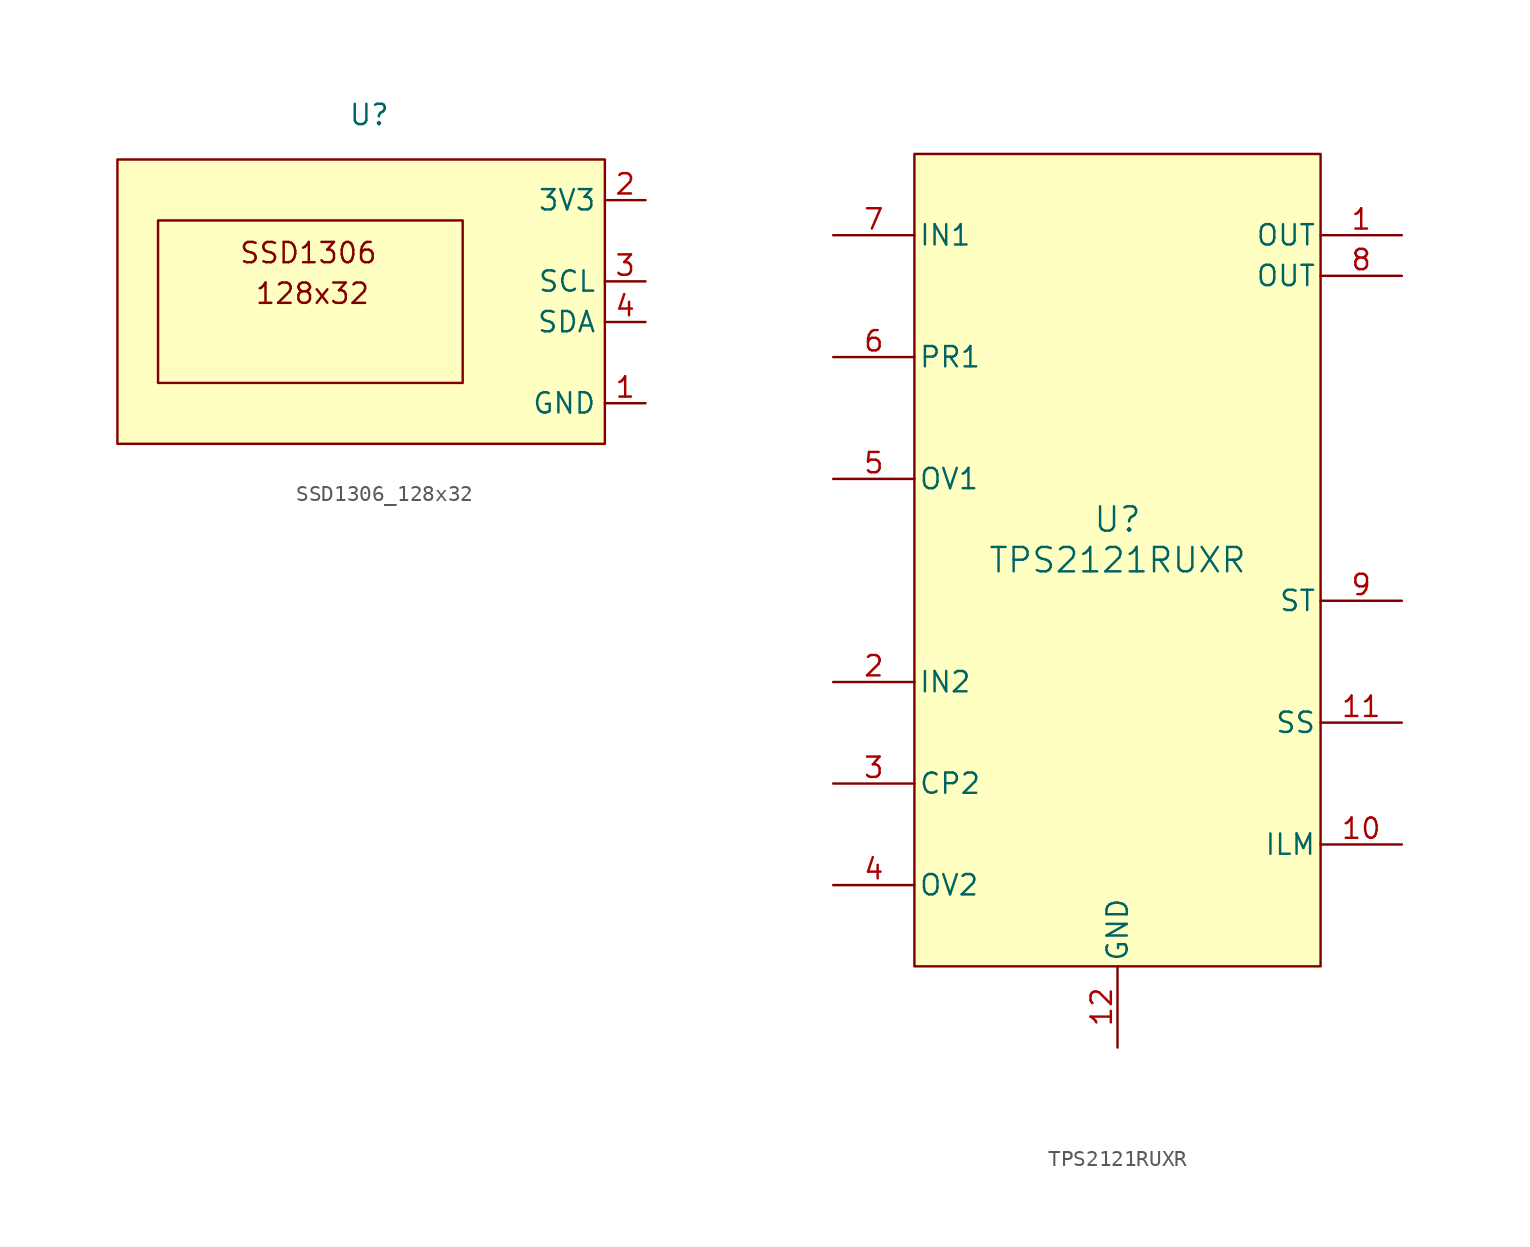
<source format=kicad_sym>
(kicad_symbol_lib
  (version 20241209)
  (generator "kicad_symbol_editor")
  (generator_version "9.0")
  (symbol "SSD1306_128x32"
    (property "Reference" "U"
      (at 0.508 11.684 0)
      (effects (font (size 1.27 1.27))))
    (property "Value" ""
      (at 0 0 0)
      (effects (font (size 1.27 1.27))))
    (symbol "SSD1306_128x32_1_1"
      (rectangle (start -15.24 8.89) (end 15.24 -8.89) (stroke (width 0) (type solid)) (fill (type background)))
      (rectangle (start -12.7 5.08) (end 6.35 -5.08) (stroke (width 0) (type default)) (fill (type none)))
      (text "SSD1306" (at -3.302 3.048 0) (effects (font (size 1.27 1.27))))
      (text "128x32" (at -3.048 0.508 0) (effects (font (size 1.27 1.27))))
      (pin input line (at 17.78 6.35 180) (length 2.54) (name "3V3" (effects (font (size 1.27 1.27)))) (number "2" (effects (font (size 1.27 1.27)))))
      (pin input line (at 17.78 1.27 180) (length 2.54) (name "SCL" (effects (font (size 1.27 1.27)))) (number "3" (effects (font (size 1.27 1.27)))))
      (pin input line (at 17.78 -1.27 180) (length 2.54) (name "SDA" (effects (font (size 1.27 1.27)))) (number "4" (effects (font (size 1.27 1.27)))))
      (pin input line (at 17.78 -6.35 180) (length 2.54) (name "GND" (effects (font (size 1.27 1.27)))) (number "1" (effects (font (size 1.27 1.27)))))))
  (symbol "TPS2121RUXR"
    (pin_names
      (offset 0.254))
    (property "Reference" "U"
      (at 0 2.54 0)
      (effects (font (size 1.524 1.524))))
    (property "Value" "TPS2121RUXR"
      (at 0 0 0)
      (effects (font (size 1.524 1.524))))
    (symbol "TPS2121RUXR_0_1"
      (pin power_in line (at -17.78 20.32 0) (length 5.08) (name "IN1" (effects (font (size 1.27 1.27)))) (number "7" (effects (font (size 1.27 1.27)))))
      (pin input line (at -17.78 12.7 0) (length 5.08) (name "PR1" (effects (font (size 1.27 1.27)))) (number "6" (effects (font (size 1.27 1.27)))))
      (pin input line (at -17.78 5.08 0) (length 5.08) (name "OV1" (effects (font (size 1.27 1.27)))) (number "5" (effects (font (size 1.27 1.27)))))
      (pin power_in line (at -17.78 -7.62 0) (length 5.08) (name "IN2" (effects (font (size 1.27 1.27)))) (number "2" (effects (font (size 1.27 1.27)))))
      (pin input line (at -17.78 -13.97 0) (length 5.08) (name "CP2" (effects (font (size 1.27 1.27)))) (number "3" (effects (font (size 1.27 1.27)))))
      (pin input line (at -17.78 -20.32 0) (length 5.08) (name "OV2" (effects (font (size 1.27 1.27)))) (number "4" (effects (font (size 1.27 1.27)))))
      (pin power_in line (at 0 -30.48 90) (length 5.08) (name "GND" (effects (font (size 1.27 1.27)))) (number "12" (effects (font (size 1.27 1.27)))))
      (pin power_in line (at 17.78 20.32 180) (length 5.08) (name "OUT" (effects (font (size 1.27 1.27)))) (number "1" (effects (font (size 1.27 1.27)))))
      (pin power_in line (at 17.78 17.78 180) (length 5.08) (name "OUT" (effects (font (size 1.27 1.27)))) (number "8" (effects (font (size 1.27 1.27)))))
      (pin output line (at 17.78 -2.54 180) (length 5.08) (name "ST" (effects (font (size 1.27 1.27)))) (number "9" (effects (font (size 1.27 1.27)))))
      (pin bidirectional line (at 17.78 -10.16 180) (length 5.08) (name "SS" (effects (font (size 1.27 1.27)))) (number "11" (effects (font (size 1.27 1.27)))))
      (pin bidirectional line (at 17.78 -17.78 180) (length 5.08) (name "ILM" (effects (font (size 1.27 1.27)))) (number "10" (effects (font (size 1.27 1.27))))))
    (symbol "TPS2121RUXR_1_1"
      (rectangle (start -12.7 25.4) (end 12.7 -25.4) (stroke (width 0) (type solid)) (fill (type background))))))
</source>
